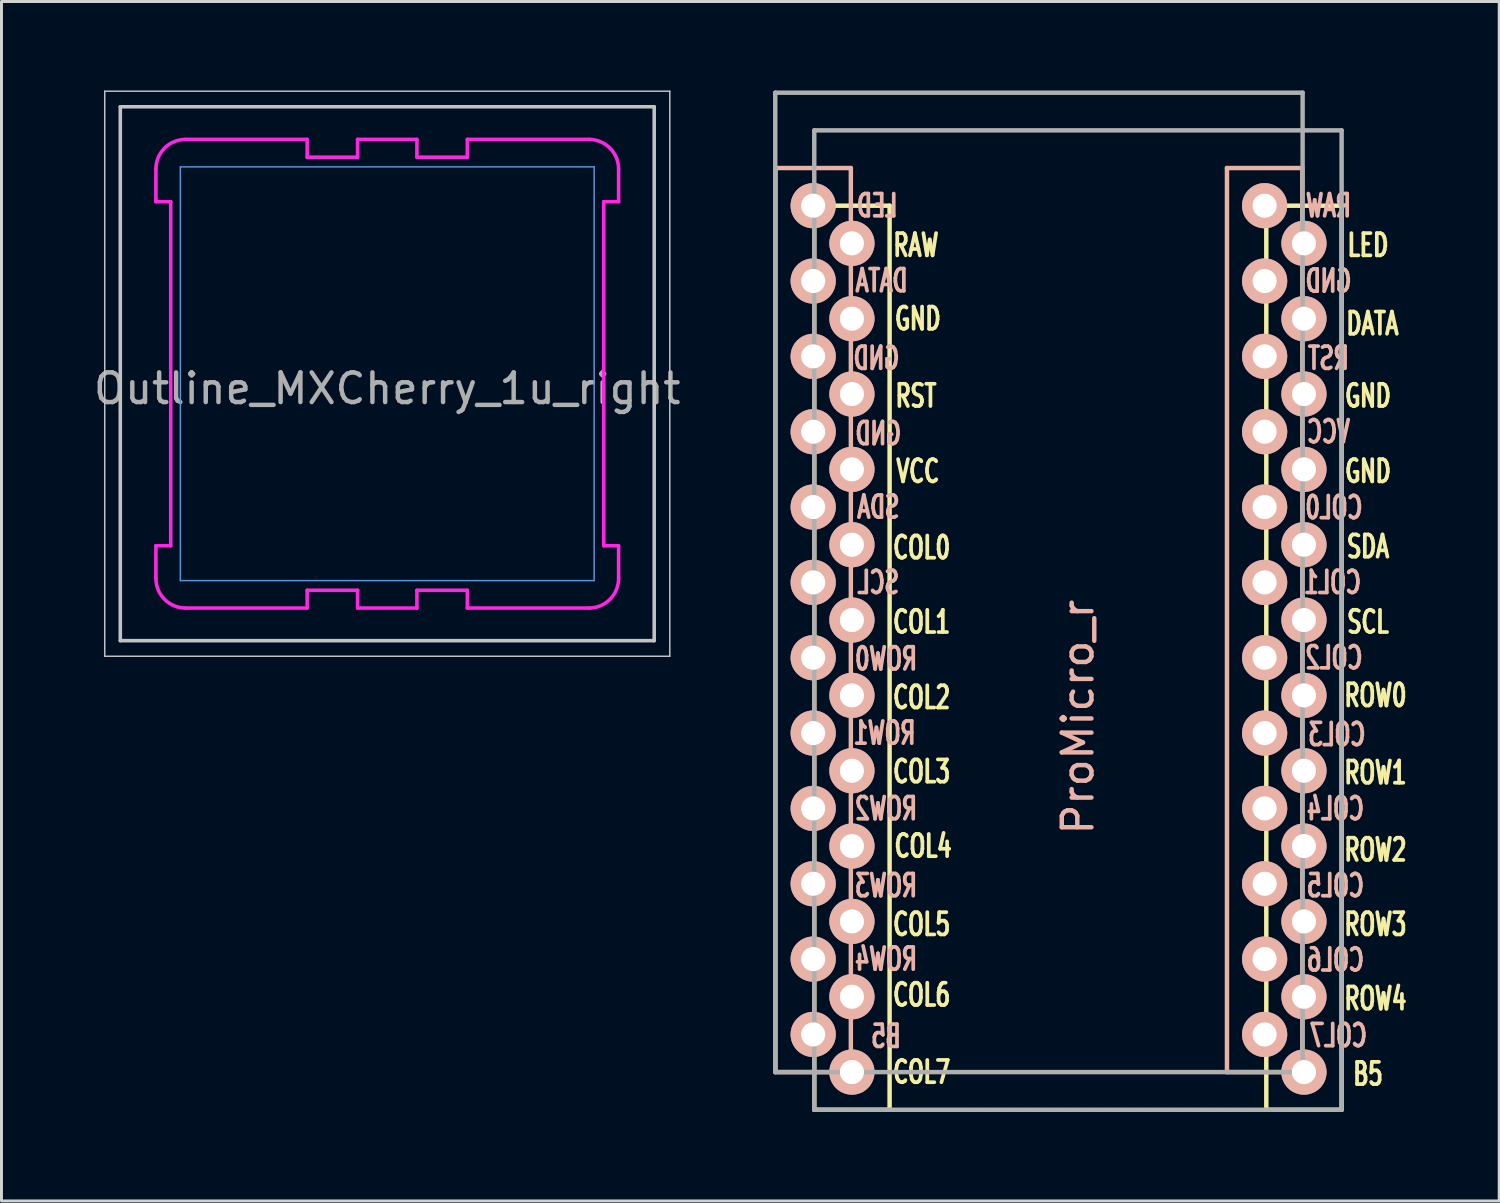
<source format=kicad_pcb>
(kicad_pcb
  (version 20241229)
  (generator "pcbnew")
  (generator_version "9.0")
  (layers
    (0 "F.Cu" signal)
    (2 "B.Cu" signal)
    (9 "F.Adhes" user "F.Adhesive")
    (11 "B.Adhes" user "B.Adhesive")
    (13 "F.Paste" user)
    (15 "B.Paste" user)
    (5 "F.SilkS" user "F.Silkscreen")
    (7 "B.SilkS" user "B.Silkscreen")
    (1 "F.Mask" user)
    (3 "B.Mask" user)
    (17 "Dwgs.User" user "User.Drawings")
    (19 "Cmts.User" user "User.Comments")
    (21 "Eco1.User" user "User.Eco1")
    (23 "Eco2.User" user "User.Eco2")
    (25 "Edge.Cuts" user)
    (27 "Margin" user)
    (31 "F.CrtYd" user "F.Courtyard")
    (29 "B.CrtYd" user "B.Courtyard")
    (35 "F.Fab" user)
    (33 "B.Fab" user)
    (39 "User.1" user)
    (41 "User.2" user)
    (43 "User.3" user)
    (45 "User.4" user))
  (footprint "ProMicro_r"
    (layer "F.Cu")
    (at 32.022 18.363)
    (property "Reference" "ProMicro_r" (at 1.27 2.762 270) (layer "B.SilkS") (effects (font (size 1 1) (thickness 0.15))))
    (attr through_hole)
    (fp_line (start -7.62 -14.478) (end -7.62 16.002) (stroke (width 0.15) (type solid)) (layer "F.SilkS"))
    (fp_line (start -7.62 16.002) (end -5.08 16.002) (stroke (width 0.15) (type solid)) (layer "F.SilkS"))
    (fp_line (start -5.08 -14.478) (end -7.62 -14.478) (stroke (width 0.15) (type solid)) (layer "F.SilkS"))
    (fp_line (start -5.08 16.002) (end -5.08 -14.478) (stroke (width 0.15) (type solid)) (layer "F.SilkS"))
    (fp_line (start 7.62 -14.478) (end 7.62 16.002) (stroke (width 0.15) (type solid)) (layer "F.SilkS"))
    (fp_line (start 7.62 16.002) (end 10.16 16.002) (stroke (width 0.15) (type solid)) (layer "F.SilkS"))
    (fp_line (start 10.16 -14.478) (end 7.62 -14.478) (stroke (width 0.15) (type solid)) (layer "F.SilkS"))
    (fp_line (start 10.16 16.002) (end 10.16 -14.478) (stroke (width 0.15) (type solid)) (layer "F.SilkS"))
    (fp_line (start -8.926 -15.748) (end -8.926 14.732) (stroke (width 0.15) (type solid)) (layer "B.SilkS"))
    (fp_line (start -8.926 14.732) (end -6.386 14.732) (stroke (width 0.15) (type solid)) (layer "B.SilkS"))
    (fp_line (start -6.386 -15.748) (end -8.926 -15.748) (stroke (width 0.15) (type solid)) (layer "B.SilkS"))
    (fp_line (start -6.386 14.732) (end -6.386 -15.748) (stroke (width 0.15) (type solid)) (layer "B.SilkS"))
    (fp_line (start 6.294 -15.748) (end 6.294 14.732) (stroke (width 0.15) (type solid)) (layer "B.SilkS"))
    (fp_line (start 6.294 14.732) (end 8.834 14.732) (stroke (width 0.15) (type solid)) (layer "B.SilkS"))
    (fp_line (start 8.834 -15.748) (end 6.294 -15.748) (stroke (width 0.15) (type solid)) (layer "B.SilkS"))
    (fp_line (start 8.834 14.732) (end 8.834 -15.748) (stroke (width 0.15) (type solid)) (layer "B.SilkS"))
    (fp_line (start -8.935 -18.288) (end -8.935 14.732) (stroke (width 0.15) (type solid)) (layer "F.Fab"))
    (fp_line (start -8.935 14.732) (end 8.845 14.732) (stroke (width 0.15) (type solid)) (layer "F.Fab"))
    (fp_line (start -7.62 -17.018) (end -7.62 16.002) (stroke (width 0.15) (type solid)) (layer "F.Fab"))
    (fp_line (start -7.62 16.002) (end 10.16 16.002) (stroke (width 0.15) (type solid)) (layer "F.Fab"))
    (fp_line (start 8.845 -18.288) (end -8.935 -18.288) (stroke (width 0.15) (type solid)) (layer "F.Fab"))
    (fp_line (start 8.845 14.732) (end 8.845 -18.288) (stroke (width 0.15) (type solid)) (layer "F.Fab"))
    (fp_line (start 10.16 -17.018) (end -7.62 -17.018) (stroke (width 0.15) (type solid)) (layer "F.Fab"))
    (fp_line (start 10.16 16.002) (end 10.16 -17.018) (stroke (width 0.15) (type solid)) (layer "F.Fab"))
    (fp_text user "COL7" (at -4 14.732 180) (layer "F.SilkS") (effects (font (size 0.75 0.5) (thickness 0.125))))
    (fp_text user "DATA" (at 11.2 -10.5 180) (layer "F.SilkS") (effects (font (size 0.75 0.5) (thickness 0.125))))
    (fp_text user "GND" (at 11.049 -8.065 180) (layer "F.SilkS") (effects (font (size 0.75 0.5) (thickness 0.125))))
    (fp_text user "B5" (at 11.049 14.796 180) (layer "F.SilkS") (effects (font (size 0.75 0.5) (thickness 0.125))))
    (fp_text user "COL4" (at -3.95 7.112 180) (layer "F.SilkS") (effects (font (size 0.75 0.5) (thickness 0.125))))
    (fp_text user "LED" (at 11.049 -13.145 180) (layer "F.SilkS") (effects (font (size 0.75 0.5) (thickness 0.125))))
    (fp_text user "COL1" (at -4 -0.445 180) (layer "F.SilkS") (effects (font (size 0.75 0.5) (thickness 0.125))))
    (fp_text user "ROW2" (at 11.3 7.239 180) (layer "F.SilkS") (effects (font (size 0.75 0.5) (thickness 0.125))))
    (fp_text user "COL5" (at -4 9.75 180) (layer "F.SilkS") (effects (font (size 0.75 0.5) (thickness 0.125))))
    (fp_text user "GND" (at -4.128 -10.668 180) (layer "F.SilkS") (effects (font (size 0.75 0.5) (thickness 0.125))))
    (fp_text user " " (at 1.206 -16.256 180) (layer "F.SilkS") (effects (font (size 1 1) (thickness 0.15))))
    (fp_text user "COL6" (at -4 12.129 180) (layer "F.SilkS") (effects (font (size 0.75 0.5) (thickness 0.125))))
    (fp_text user "VCC" (at -4.128 -5.524 180) (layer "F.SilkS") (effects (font (size 0.75 0.5) (thickness 0.125))))
    (fp_text user "SCL" (at 11.049 -0.445 180) (layer "F.SilkS") (effects (font (size 0.75 0.5) (thickness 0.125))))
    (fp_text user "RST" (at -4.191 -8.065 180) (layer "F.SilkS") (effects (font (size 0.75 0.5) (thickness 0.125))))
    (fp_text user "RAW" (at -4.191 -13.145 180) (layer "F.SilkS") (effects (font (size 0.75 0.5) (thickness 0.125))))
    (fp_text user "ROW3" (at 11.3 9.75 180) (layer "F.SilkS") (effects (font (size 0.75 0.5) (thickness 0.125))))
    (fp_text user "ROW1" (at 11.3 4.636 180) (layer "F.SilkS") (effects (font (size 0.75 0.5) (thickness 0.125))))
    (fp_text user "ROW0" (at 11.3 2.032 180) (layer "F.SilkS") (effects (font (size 0.75 0.5) (thickness 0.125))))
    (fp_text user "COL2" (at -4 2.1 180) (layer "F.SilkS") (effects (font (size 0.75 0.5) (thickness 0.125))))
    (fp_text user "ROW4" (at 11.3 12.255 180) (layer "F.SilkS") (effects (font (size 0.75 0.5) (thickness 0.125))))
    (fp_text user "GND" (at 11.049 -5.524 180) (layer "F.SilkS") (effects (font (size 0.75 0.5) (thickness 0.125))))
    (fp_text user "COL3" (at -4 4.6 180) (layer "F.SilkS") (effects (font (size 0.75 0.5) (thickness 0.125))))
    (fp_text user "COL0" (at -4 -2.95 180) (layer "F.SilkS") (effects (font (size 0.75 0.5) (thickness 0.125))))
    (fp_text user "SDA" (at 11.049 -2.985 180) (layer "F.SilkS") (effects (font (size 0.75 0.5) (thickness 0.125))))
    (fp_text user "ROW2" (at -5.2 5.85 180) (layer "B.SilkS") (effects (font (size 0.75 0.5) (thickness 0.125)) (justify mirror)))
    (fp_text user "COL5" (at 9.95 8.445 180) (layer "B.SilkS") (effects (font (size 0.75 0.5) (thickness 0.125)) (justify mirror)))
    (fp_text user "COL6" (at 9.95 10.95 180) (layer "B.SilkS") (effects (font (size 0.75 0.5) (thickness 0.125)) (justify mirror)))
    (fp_text user " " (at 0.5 -17.25 180) (layer "B.SilkS") (effects (font (size 1 1) (thickness 0.15)) (justify mirror)))
    (fp_text user "GND" (at -5.461 -6.795 180) (layer "B.SilkS") (effects (font (size 0.75 0.5) (thickness 0.125)) (justify mirror)))
    (fp_text user "SDA" (at -5.461 -4.318 180) (layer "B.SilkS") (effects (font (size 0.75 0.5) (thickness 0.125)) (justify mirror)))
    (fp_text user "ROW1" (at -5.25 3.302 180) (layer "B.SilkS") (effects (font (size 0.75 0.5) (thickness 0.125)) (justify mirror)))
    (fp_text user "LED" (at -5.5 -14.478 180) (layer "B.SilkS") (effects (font (size 0.75 0.5) (thickness 0.125)) (justify mirror)))
    (fp_text user "COL7" (at 10.05 13.5 180) (layer "B.SilkS") (effects (font (size 0.75 0.5) (thickness 0.125)) (justify mirror)))
    (fp_text user "ROW0" (at -5.2 0.8 180) (layer "B.SilkS") (effects (font (size 0.75 0.5) (thickness 0.125)) (justify mirror)))
    (fp_text user "GND" (at 9.716 -11.938 180) (layer "B.SilkS") (effects (font (size 0.75 0.5) (thickness 0.125)) (justify mirror)))
    (fp_text user "B5" (at -5.2 13.525 180) (layer "B.SilkS") (effects (font (size 0.75 0.5) (thickness 0.125)) (justify mirror)))
    (fp_text user "COL1" (at 9.85 -1.778 180) (layer "B.SilkS") (effects (font (size 0.75 0.5) (thickness 0.125)) (justify mirror)))
    (fp_text user "DATA" (at -5.35 -11.95 180) (layer "B.SilkS") (effects (font (size 0.75 0.5) (thickness 0.125)) (justify mirror)))
    (fp_text user "ROW4" (at -5.2 10.922 180) (layer "B.SilkS") (effects (font (size 0.75 0.5) (thickness 0.125)) (justify mirror)))
    (fp_text user "VCC" (at 9.716 -6.858 180) (layer "B.SilkS") (effects (font (size 0.75 0.5) (thickness 0.125)) (justify mirror)))
    (fp_text user "RST" (at 9.716 -9.335 180) (layer "B.SilkS") (effects (font (size 0.75 0.5) (thickness 0.125)) (justify mirror)))
    (fp_text user "GND" (at -5.524 -9.335 180) (layer "B.SilkS") (effects (font (size 0.75 0.5) (thickness 0.125)) (justify mirror)))
    (fp_text user "COL0" (at 9.9 -4.3 180) (layer "B.SilkS") (effects (font (size 0.75 0.5) (thickness 0.125)) (justify mirror)))
    (fp_text user "COL2" (at 9.9 0.762 180) (layer "B.SilkS") (effects (font (size 0.75 0.5) (thickness 0.125)) (justify mirror)))
    (fp_text user "COL3" (at 10 3.35 180) (layer "B.SilkS") (effects (font (size 0.75 0.5) (thickness 0.125)) (justify mirror)))
    (fp_text user "SCL" (at -5.461 -1.778 180) (layer "B.SilkS") (effects (font (size 0.75 0.5) (thickness 0.125)) (justify mirror)))
    (fp_text user "RAW" (at 9.716 -14.478 180) (layer "B.SilkS") (effects (font (size 0.75 0.5) (thickness 0.125)) (justify mirror)))
    (fp_text user "ROW3" (at -5.2 8.445 180) (layer "B.SilkS") (effects (font (size 0.75 0.5) (thickness 0.125)) (justify mirror)))
    (fp_text user "COL4" (at 9.95 5.85 180) (layer "B.SilkS") (effects (font (size 0.75 0.5) (thickness 0.125)) (justify mirror)))
    (pad "1" thru_hole circle (at -7.656 -14.478 180) (size 1.524 1.524) (drill 0.813) (layers "*.Cu" "*.Mask" "B.SilkS"))
    (pad "1" thru_hole circle (at 8.89 -13.208 180) (size 1.524 1.524) (drill 0.813) (layers "*.Cu" "*.Mask" "B.SilkS"))
    (pad "2" thru_hole circle (at -7.656 -11.938 180) (size 1.524 1.524) (drill 0.813) (layers "*.Cu" "*.Mask" "B.SilkS"))
    (pad "2" thru_hole circle (at 8.89 -10.668 180) (size 1.524 1.524) (drill 0.813) (layers "*.Cu" "*.Mask" "B.SilkS"))
    (pad "3" thru_hole circle (at -7.656 -9.398 180) (size 1.524 1.524) (drill 0.813) (layers "*.Cu" "*.Mask" "B.SilkS"))
    (pad "3" thru_hole circle (at 8.89 -8.128 180) (size 1.524 1.524) (drill 0.813) (layers "*.Cu" "*.Mask" "B.SilkS"))
    (pad "4" thru_hole circle (at -7.656 -6.858 180) (size 1.524 1.524) (drill 0.813) (layers "*.Cu" "*.Mask" "B.SilkS"))
    (pad "4" thru_hole circle (at 8.89 -5.588 180) (size 1.524 1.524) (drill 0.813) (layers "*.Cu" "*.Mask" "B.SilkS"))
    (pad "5" thru_hole circle (at -7.656 -4.318 180) (size 1.524 1.524) (drill 0.813) (layers "*.Cu" "*.Mask" "B.SilkS"))
    (pad "5" thru_hole circle (at 8.89 -3.048 180) (size 1.524 1.524) (drill 0.813) (layers "*.Cu" "*.Mask" "B.SilkS"))
    (pad "6" thru_hole circle (at -7.656 -1.778 180) (size 1.524 1.524) (drill 0.813) (layers "*.Cu" "*.Mask" "B.SilkS"))
    (pad "6" thru_hole circle (at 8.89 -0.508 180) (size 1.524 1.524) (drill 0.813) (layers "*.Cu" "*.Mask" "B.SilkS"))
    (pad "7" thru_hole circle (at -7.656 0.762 180) (size 1.524 1.524) (drill 0.813) (layers "*.Cu" "*.Mask" "B.SilkS"))
    (pad "7" thru_hole circle (at 8.89 2.032 180) (size 1.524 1.524) (drill 0.813) (layers "*.Cu" "*.Mask" "B.SilkS"))
    (pad "8" thru_hole circle (at -7.656 3.302 180) (size 1.524 1.524) (drill 0.813) (layers "*.Cu" "*.Mask" "B.SilkS"))
    (pad "8" thru_hole circle (at 8.89 4.572 180) (size 1.524 1.524) (drill 0.813) (layers "*.Cu" "*.Mask" "B.SilkS"))
    (pad "9" thru_hole circle (at -7.656 5.842 180) (size 1.524 1.524) (drill 0.813) (layers "*.Cu" "*.Mask" "B.SilkS"))
    (pad "9" thru_hole circle (at 8.89 7.112 180) (size 1.524 1.524) (drill 0.813) (layers "*.Cu" "*.Mask" "B.SilkS"))
    (pad "10" thru_hole circle (at -7.656 8.382 180) (size 1.524 1.524) (drill 0.813) (layers "*.Cu" "*.Mask" "B.SilkS"))
    (pad "10" thru_hole circle (at 8.89 9.652 180) (size 1.524 1.524) (drill 0.813) (layers "*.Cu" "*.Mask" "B.SilkS"))
    (pad "11" thru_hole circle (at -7.656 10.922 180) (size 1.524 1.524) (drill 0.813) (layers "*.Cu" "*.Mask" "B.SilkS"))
    (pad "11" thru_hole circle (at 8.89 12.192 180) (size 1.524 1.524) (drill 0.813) (layers "*.Cu" "*.Mask" "B.SilkS"))
    (pad "12" thru_hole circle (at -7.656 13.462 180) (size 1.524 1.524) (drill 0.813) (layers "*.Cu" "*.Mask" "B.SilkS"))
    (pad "12" thru_hole circle (at 8.89 14.732 180) (size 1.524 1.524) (drill 0.813) (layers "*.Cu" "*.Mask" "B.SilkS"))
    (pad "13" thru_hole circle (at -6.35 14.732 180) (size 1.524 1.524) (drill 0.813) (layers "*.Cu" "*.Mask" "B.SilkS"))
    (pad "13" thru_hole circle (at 7.564 13.462 180) (size 1.524 1.524) (drill 0.813) (layers "*.Cu" "*.Mask" "B.SilkS"))
    (pad "14" thru_hole circle (at -6.35 12.192 180) (size 1.524 1.524) (drill 0.813) (layers "*.Cu" "*.Mask" "B.SilkS"))
    (pad "14" thru_hole circle (at 7.564 10.922 180) (size 1.524 1.524) (drill 0.813) (layers "*.Cu" "*.Mask" "B.SilkS"))
    (pad "15" thru_hole circle (at -6.35 9.652 180) (size 1.524 1.524) (drill 0.813) (layers "*.Cu" "*.Mask" "B.SilkS"))
    (pad "15" thru_hole circle (at 7.564 8.382 180) (size 1.524 1.524) (drill 0.813) (layers "*.Cu" "*.Mask" "B.SilkS"))
    (pad "16" thru_hole circle (at -6.35 7.112 180) (size 1.524 1.524) (drill 0.813) (layers "*.Cu" "*.Mask" "B.SilkS"))
    (pad "16" thru_hole circle (at 7.564 5.842 180) (size 1.524 1.524) (drill 0.813) (layers "*.Cu" "*.Mask" "B.SilkS"))
    (pad "17" thru_hole circle (at -6.35 4.572 180) (size 1.524 1.524) (drill 0.813) (layers "*.Cu" "*.Mask" "B.SilkS"))
    (pad "17" thru_hole circle (at 7.564 3.302 180) (size 1.524 1.524) (drill 0.813) (layers "*.Cu" "*.Mask" "B.SilkS"))
    (pad "18" thru_hole circle (at -6.35 2.032 180) (size 1.524 1.524) (drill 0.813) (layers "*.Cu" "*.Mask" "B.SilkS"))
    (pad "18" thru_hole circle (at 7.564 0.762 180) (size 1.524 1.524) (drill 0.813) (layers "*.Cu" "*.Mask" "B.SilkS"))
    (pad "19" thru_hole circle (at -6.35 -0.508 180) (size 1.524 1.524) (drill 0.813) (layers "*.Cu" "*.Mask" "B.SilkS"))
    (pad "19" thru_hole circle (at 7.564 -1.778 180) (size 1.524 1.524) (drill 0.813) (layers "*.Cu" "*.Mask" "B.SilkS"))
    (pad "20" thru_hole circle (at -6.35 -3.048 180) (size 1.524 1.524) (drill 0.813) (layers "*.Cu" "*.Mask" "B.SilkS"))
    (pad "20" thru_hole circle (at 7.564 -4.318 180) (size 1.524 1.524) (drill 0.813) (layers "*.Cu" "*.Mask" "B.SilkS"))
    (pad "21" thru_hole circle (at -6.35 -5.588 180) (size 1.524 1.524) (drill 0.813) (layers "*.Cu" "*.Mask" "B.SilkS"))
    (pad "21" thru_hole circle (at 7.564 -6.858 180) (size 1.524 1.524) (drill 0.813) (layers "*.Cu" "*.Mask" "B.SilkS"))
    (pad "22" thru_hole circle (at -6.35 -8.128 180) (size 1.524 1.524) (drill 0.813) (layers "*.Cu" "*.Mask" "B.SilkS"))
    (pad "22" thru_hole circle (at 7.564 -9.398 180) (size 1.524 1.524) (drill 0.813) (layers "*.Cu" "*.Mask" "B.SilkS"))
    (pad "23" thru_hole circle (at -6.35 -10.668 180) (size 1.524 1.524) (drill 0.813) (layers "*.Cu" "*.Mask" "B.SilkS"))
    (pad "23" thru_hole circle (at 7.564 -11.938 180) (size 1.524 1.524) (drill 0.813) (layers "*.Cu" "*.Mask" "B.SilkS"))
    (pad "24" thru_hole circle (at -6.35 -13.208 180) (size 1.524 1.524) (drill 0.813) (layers "*.Cu" "*.Mask" "B.SilkS"))
    (pad "24" thru_hole circle (at 7.564 -14.478 180) (size 1.524 1.524) (drill 0.813) (layers "*.Cu" "*.Mask" "B.SilkS")))
  (footprint "Outline_MXCherry_1u_right"
    (layer "F.Cu")
    (at 10.006 9.55)
    (property "Reference" "Outline_MXCherry_1u_right" (at 0 0.5 0) (layer "F.Fab") (effects (font (size 1 1) (thickness 0.15))))
    (attr through_hole)
    (fp_line (start -7.5 -7.5) (end -7.5 7.5) (stroke (width 0.05) (type solid)) (layer "B.Adhes"))
    (fp_line (start -7.5 -7.5) (end 7.5 -7.5) (stroke (width 0.05) (type solid)) (layer "B.Adhes"))
    (fp_line (start -7.5 7.5) (end 7.5 7.5) (stroke (width 0.05) (type solid)) (layer "B.Adhes"))
    (fp_line (start 7.5 7.5) (end 7.5 -7.5) (stroke (width 0.05) (type solid)) (layer "B.Adhes"))
    (fp_line (start -9.525 -9.525) (end 9.525 -9.525) (stroke (width 0.05) (type solid)) (layer "Dwgs.User"))
    (fp_line (start -9.525 9.525) (end -9.525 -9.525) (stroke (width 0.05) (type solid)) (layer "Dwgs.User"))
    (fp_line (start -9.525 9.525) (end 9.525 9.525) (stroke (width 0.05) (type solid)) (layer "Dwgs.User"))
    (fp_line (start -9 -9) (end 9 -9) (stroke (width 0.12) (type solid)) (layer "Dwgs.User"))
    (fp_line (start -9 9) (end -9 -9) (stroke (width 0.12) (type solid)) (layer "Dwgs.User"))
    (fp_line (start -9 9) (end 9 9) (stroke (width 0.12) (type solid)) (layer "Dwgs.User"))
    (fp_line (start 9 9) (end 9 -9) (stroke (width 0.12) (type solid)) (layer "Dwgs.User"))
    (fp_line (start 9.525 9.525) (end 9.525 -9.525) (stroke (width 0.05) (type solid)) (layer "Dwgs.User"))
    (fp_line (start -6.975 -6.975) (end -6.975 6.975) (stroke (width 0.05) (type solid)) (layer "Cmts.User"))
    (fp_line (start -6.975 -6.975) (end 6.975 -6.975) (stroke (width 0.05) (type solid)) (layer "Cmts.User"))
    (fp_line (start -6.975 6.975) (end 6.975 6.975) (stroke (width 0.05) (type solid)) (layer "Cmts.User"))
    (fp_line (start 6.975 -6.975) (end 6.975 6.975) (stroke (width 0.05) (type solid)) (layer "Cmts.User"))
    (fp_line (start -7.8 -6.9) (end -7.8 -5.8) (stroke (width 0.12) (type solid)) (layer "F.CrtYd"))
    (fp_line (start -7.8 -5.8) (end -7.3 -5.8) (stroke (width 0.12) (type solid)) (layer "F.CrtYd"))
    (fp_line (start -7.8 5.8) (end -7.3 5.8) (stroke (width 0.12) (type solid)) (layer "F.CrtYd"))
    (fp_line (start -7.8 6.9) (end -7.8 5.8) (stroke (width 0.12) (type solid)) (layer "F.CrtYd"))
    (fp_line (start -7.3 -5.8) (end -7.3 5.8) (stroke (width 0.12) (type solid)) (layer "F.CrtYd"))
    (fp_line (start -6.8 -7.9) (end -2.7 -7.9) (stroke (width 0.12) (type solid)) (layer "F.CrtYd"))
    (fp_line (start -6.8 7.9) (end -2.7 7.9) (stroke (width 0.12) (type solid)) (layer "F.CrtYd"))
    (fp_line (start -2.7 -7.9) (end -2.7 -7.3) (stroke (width 0.12) (type solid)) (layer "F.CrtYd"))
    (fp_line (start -2.7 7.3) (end -1 7.3) (stroke (width 0.12) (type solid)) (layer "F.CrtYd"))
    (fp_line (start -2.7 7.9) (end -2.7 7.3) (stroke (width 0.12) (type solid)) (layer "F.CrtYd"))
    (fp_line (start -1 -7.9) (end -1 -7.3) (stroke (width 0.12) (type solid)) (layer "F.CrtYd"))
    (fp_line (start -1 -7.9) (end 1 -7.9) (stroke (width 0.12) (type solid)) (layer "F.CrtYd"))
    (fp_line (start -1 -7.3) (end -2.7 -7.3) (stroke (width 0.12) (type solid)) (layer "F.CrtYd"))
    (fp_line (start -1 7.3) (end -1 7.9) (stroke (width 0.12) (type solid)) (layer "F.CrtYd"))
    (fp_line (start -1 7.9) (end 1 7.9) (stroke (width 0.12) (type solid)) (layer "F.CrtYd"))
    (fp_line (start 1 -7.9) (end 1 -7.3) (stroke (width 0.12) (type solid)) (layer "F.CrtYd"))
    (fp_line (start 1 -7.3) (end 2.7 -7.3) (stroke (width 0.12) (type solid)) (layer "F.CrtYd"))
    (fp_line (start 1 7.3) (end 2.7 7.3) (stroke (width 0.12) (type solid)) (layer "F.CrtYd"))
    (fp_line (start 1 7.9) (end 1 7.3) (stroke (width 0.12) (type solid)) (layer "F.CrtYd"))
    (fp_line (start 2.7 -7.9) (end 2.7 -7.3) (stroke (width 0.12) (type solid)) (layer "F.CrtYd"))
    (fp_line (start 2.7 7.9) (end 2.7 7.3) (stroke (width 0.12) (type solid)) (layer "F.CrtYd"))
    (fp_line (start 6.8 -7.9) (end 2.7 -7.9) (stroke (width 0.12) (type solid)) (layer "F.CrtYd"))
    (fp_line (start 6.8 7.9) (end 2.7 7.9) (stroke (width 0.12) (type solid)) (layer "F.CrtYd"))
    (fp_line (start 7.3 5.8) (end 7.3 -5.8) (stroke (width 0.12) (type solid)) (layer "F.CrtYd"))
    (fp_line (start 7.8 -6.9) (end 7.8 -5.8) (stroke (width 0.12) (type solid)) (layer "F.CrtYd"))
    (fp_line (start 7.8 -5.8) (end 7.3 -5.8) (stroke (width 0.12) (type solid)) (layer "F.CrtYd"))
    (fp_line (start 7.8 5.8) (end 7.3 5.8) (stroke (width 0.12) (type solid)) (layer "F.CrtYd"))
    (fp_line (start 7.8 6.9) (end 7.8 5.8) (stroke (width 0.12) (type solid)) (layer "F.CrtYd"))
    (fp_arc (start -7.8 -6.9) (mid -7.507107 -7.607107) (end -6.8 -7.9) (stroke (width 0.12) (type solid)) (layer "F.CrtYd"))
    (fp_arc (start -6.8 7.9) (mid -7.507107 7.607107) (end -7.8 6.9) (stroke (width 0.12) (type solid)) (layer "F.CrtYd"))
    (fp_arc (start 6.8 -7.9) (mid 7.507107 -7.607107) (end 7.8 -6.9) (stroke (width 0.12) (type solid)) (layer "F.CrtYd"))
    (fp_arc (start 7.8 6.9) (mid 7.507107 7.607107) (end 6.8 7.9) (stroke (width 0.12) (type solid)) (layer "F.CrtYd")))
  (gr_rect
    (start -3 -3)
    (end 47.495 37.44)
    (stroke (width 0.1) (type default))
    (fill no)
    (layer "Edge.Cuts")))
</source>
